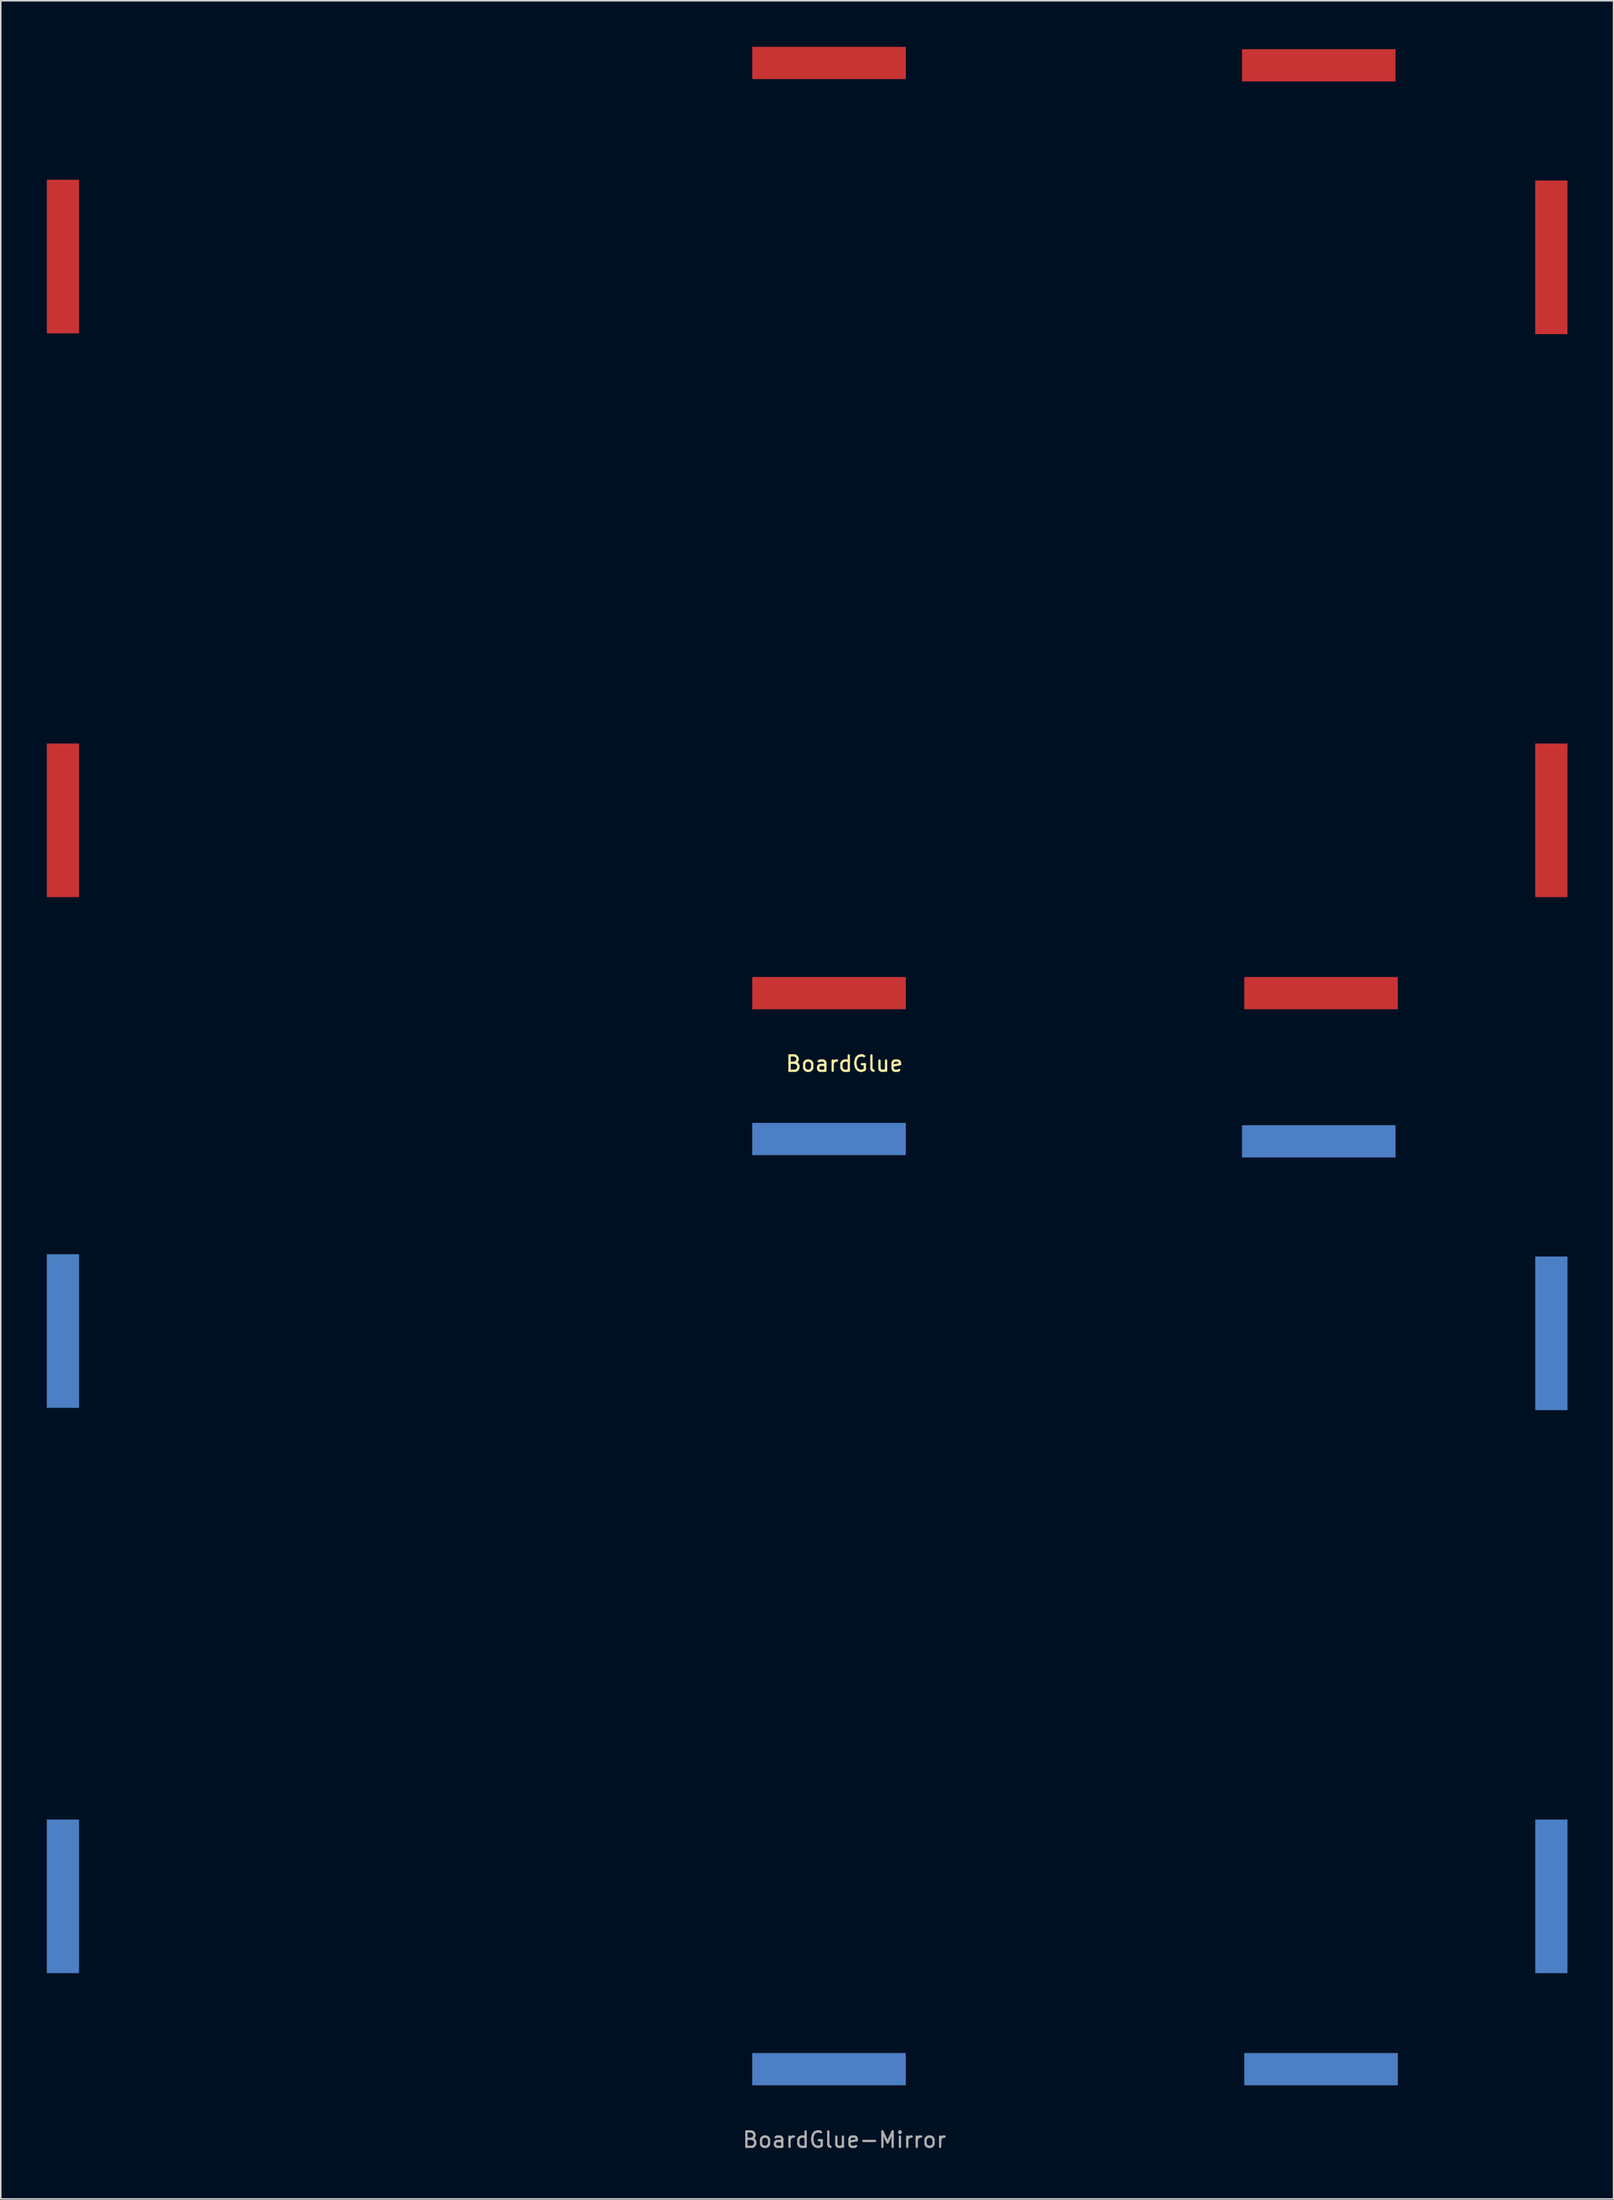
<source format=kicad_pcb>
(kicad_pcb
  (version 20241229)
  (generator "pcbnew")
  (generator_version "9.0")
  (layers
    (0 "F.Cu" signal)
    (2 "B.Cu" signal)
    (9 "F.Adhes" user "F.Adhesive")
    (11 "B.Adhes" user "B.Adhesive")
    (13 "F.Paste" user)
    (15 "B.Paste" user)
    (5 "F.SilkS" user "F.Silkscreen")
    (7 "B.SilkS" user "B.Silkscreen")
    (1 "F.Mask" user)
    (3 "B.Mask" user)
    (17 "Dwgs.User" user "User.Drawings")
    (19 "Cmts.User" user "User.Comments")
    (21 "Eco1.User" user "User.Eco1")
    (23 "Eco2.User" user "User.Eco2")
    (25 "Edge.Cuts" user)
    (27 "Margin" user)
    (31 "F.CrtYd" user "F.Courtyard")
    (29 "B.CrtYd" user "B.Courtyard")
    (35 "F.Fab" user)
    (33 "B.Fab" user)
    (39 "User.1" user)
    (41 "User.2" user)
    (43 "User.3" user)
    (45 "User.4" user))
  (footprint "BoardGlue-Mirror"
    (layer "F.Cu")
    (at 54.5 125.598)
    (property "Reference" "BoardGlue-Mirror" (at -2.55 10.65 0) (layer "F.Fab") (effects (font (size 1 1) (thickness 0.15))))
    (attr through_hole)
    (pad "1" smd rect (at -53.45 -42 180) (size 2.1 10) (layers "B.Cu" "B.Mask" "B.Paste"))
    (pad "2" smd rect (at -3.55 -54.5 90) (size 2.1 10) (layers "B.Cu" "B.Mask" "B.Paste"))
    (pad "3" smd rect (at 28.35 -54.35 90) (size 2.1 10) (layers "B.Cu" "B.Mask" "B.Paste"))
    (pad "4" smd rect (at 43.5 -41.85) (size 2.1 10) (layers "B.Cu" "B.Mask" "B.Paste"))
    (pad "5" smd rect (at 43.5 -5.2) (size 2.1 10) (layers "B.Cu" "B.Mask" "B.Paste"))
    (pad "6" smd rect (at 28.5 6.05 90) (size 2.1 10) (layers "B.Cu" "B.Mask" "B.Paste"))
    (pad "7" smd rect (at -3.55 6.05 90) (size 2.1 10) (layers "B.Cu" "B.Mask" "B.Paste"))
    (pad "8" smd rect (at -53.45 -5.2) (size 2.1 10) (layers "B.Cu" "B.Mask" "B.Paste")))
  (footprint "BoardGlue"
    (layer "F.Cu")
    (at 54.5 55.55)
    (property "Reference" "BoardGlue" (at -2.55 10.65 0) (layer "F.SilkS") (effects (font (size 1 1) (thickness 0.15))))
    (attr through_hole)
    (pad "1" smd rect (at -53.45 -5.2) (size 2.1 10) (layers "F.Cu" "F.Mask" "F.Paste"))
    (pad "2" smd rect (at 43.5 -5.2) (size 2.1 10) (layers "F.Cu" "F.Mask" "F.Paste"))
    (pad "3" smd rect (at 43.5 -41.85) (size 2.1 10) (layers "F.Cu" "F.Mask" "F.Paste"))
    (pad "4" smd rect (at 28.35 -54.35 90) (size 2.1 10) (layers "F.Cu" "F.Mask" "F.Paste"))
    (pad "5" smd rect (at -53.45 -41.9 180) (size 2.1 10) (layers "F.Cu" "F.Mask" "F.Paste"))
    (pad "6" smd rect (at -3.55 6.05 90) (size 2.1 10) (layers "F.Cu" "F.Mask" "F.Paste"))
    (pad "7" smd rect (at 28.5 6.05 90) (size 2.1 10) (layers "F.Cu" "F.Mask" "F.Paste"))
    (pad "8" smd rect (at -3.55 -54.5 90) (size 2.1 10) (layers "F.Cu" "F.Mask" "F.Paste")))
  (gr_rect
    (start -3 -3)
    (end 102.05 140.096)
    (stroke (width 0.1) (type default))
    (fill no)
    (layer "Edge.Cuts")))
</source>
